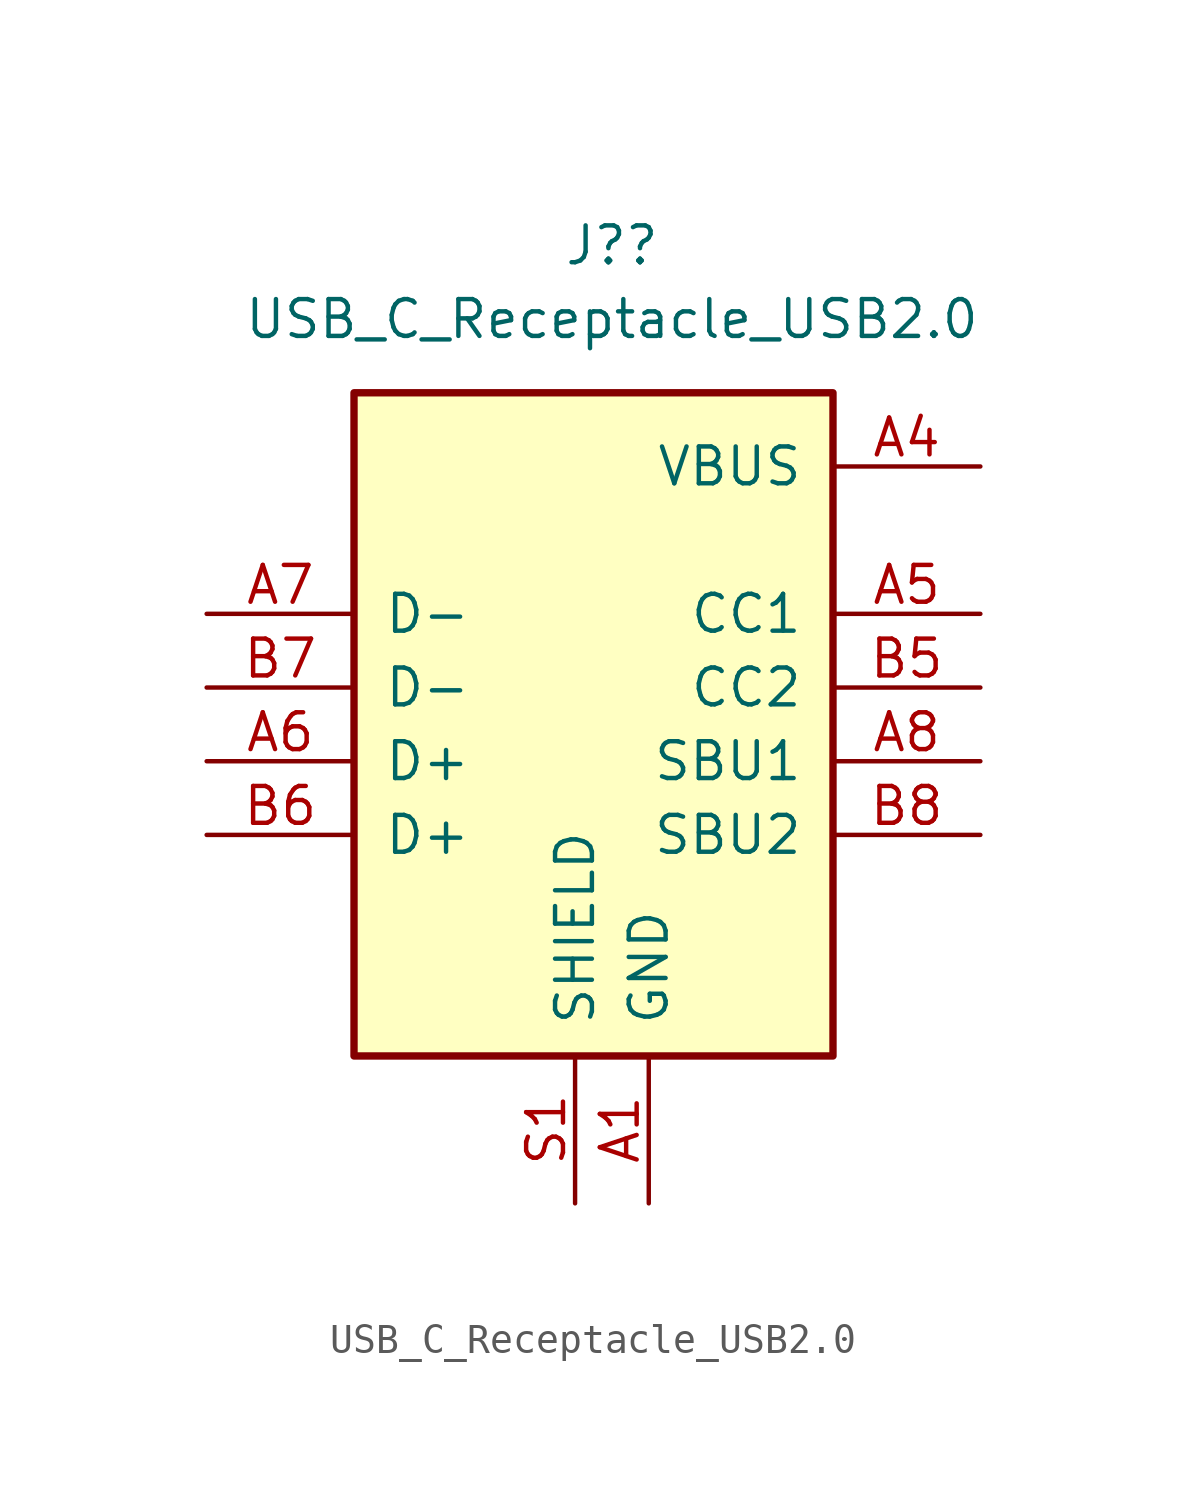
<source format=kicad_sym>
(kicad_symbol_lib
  (version 20211014)
  (generator kicad_symbol_editor)
  (symbol "USB_C_Receptacle_USB2.0"
    (pin_names
      (offset 1.016))
    (property "Reference" "J?"
      (at 0 16.51 0)
      (effects (font (size 1.27 1.27))))
    (property "Value" "USB_C_Receptacle_USB2.0"
      (at 0 13.97 0)
      (effects (font (size 1.27 1.27))))
    (symbol "USB_C_Receptacle_USB2.0_0_1"
      (rectangle (start -8.89 11.43) (end 7.62 -11.43) (stroke (width 0.254) (type default) (color 0 0 0 0)) (fill (type background))))
    (symbol "USB_C_Receptacle_USB2.0_1_1"
      (pin passive line (at 1.27 -16.51 90) (length 5.08) (name "GND" (effects (font (size 1.27 1.27)))) (number "A1" (effects (font (size 1.27 1.27)))))
      (pin passive line (at 1.27 -16.51 90) (length 5.08) hide (name "GND" (effects (font (size 1.27 1.27)))) (number "A12" (effects (font (size 1.27 1.27)))))
      (pin passive line (at 12.7 8.89 180) (length 5.08) (name "VBUS" (effects (font (size 1.27 1.27)))) (number "A4" (effects (font (size 1.27 1.27)))))
      (pin bidirectional line (at 12.7 3.81 180) (length 5.08) (name "CC1" (effects (font (size 1.27 1.27)))) (number "A5" (effects (font (size 1.27 1.27)))))
      (pin bidirectional line (at -13.97 -1.27 0) (length 5.08) (name "D+" (effects (font (size 1.27 1.27)))) (number "A6" (effects (font (size 1.27 1.27)))))
      (pin bidirectional line (at -13.97 3.81 0) (length 5.08) (name "D-" (effects (font (size 1.27 1.27)))) (number "A7" (effects (font (size 1.27 1.27)))))
      (pin bidirectional line (at 12.7 -1.27 180) (length 5.08) (name "SBU1" (effects (font (size 1.27 1.27)))) (number "A8" (effects (font (size 1.27 1.27)))))
      (pin passive line (at 12.7 8.89 180) (length 5.08) hide (name "VBUS" (effects (font (size 1.27 1.27)))) (number "A9" (effects (font (size 1.27 1.27)))))
      (pin passive line (at 1.27 -16.51 90) (length 5.08) hide (name "GND" (effects (font (size 1.27 1.27)))) (number "B1" (effects (font (size 1.27 1.27)))))
      (pin passive line (at 1.27 -16.51 90) (length 5.08) hide (name "GND" (effects (font (size 1.27 1.27)))) (number "B12" (effects (font (size 1.27 1.27)))))
      (pin passive line (at 12.7 8.89 180) (length 5.08) hide (name "VBUS" (effects (font (size 1.27 1.27)))) (number "B4" (effects (font (size 1.27 1.27)))))
      (pin bidirectional line (at 12.7 1.27 180) (length 5.08) (name "CC2" (effects (font (size 1.27 1.27)))) (number "B5" (effects (font (size 1.27 1.27)))))
      (pin bidirectional line (at -13.97 -3.81 0) (length 5.08) (name "D+" (effects (font (size 1.27 1.27)))) (number "B6" (effects (font (size 1.27 1.27)))))
      (pin bidirectional line (at -13.97 1.27 0) (length 5.08) (name "D-" (effects (font (size 1.27 1.27)))) (number "B7" (effects (font (size 1.27 1.27)))))
      (pin bidirectional line (at 12.7 -3.81 180) (length 5.08) (name "SBU2" (effects (font (size 1.27 1.27)))) (number "B8" (effects (font (size 1.27 1.27)))))
      (pin passive line (at 12.7 8.89 180) (length 5.08) hide (name "VBUS" (effects (font (size 1.27 1.27)))) (number "B9" (effects (font (size 1.27 1.27)))))
      (pin passive line (at -1.27 -16.51 90) (length 5.08) (name "SHIELD" (effects (font (size 1.27 1.27)))) (number "S1" (effects (font (size 1.27 1.27))))))))
</source>
